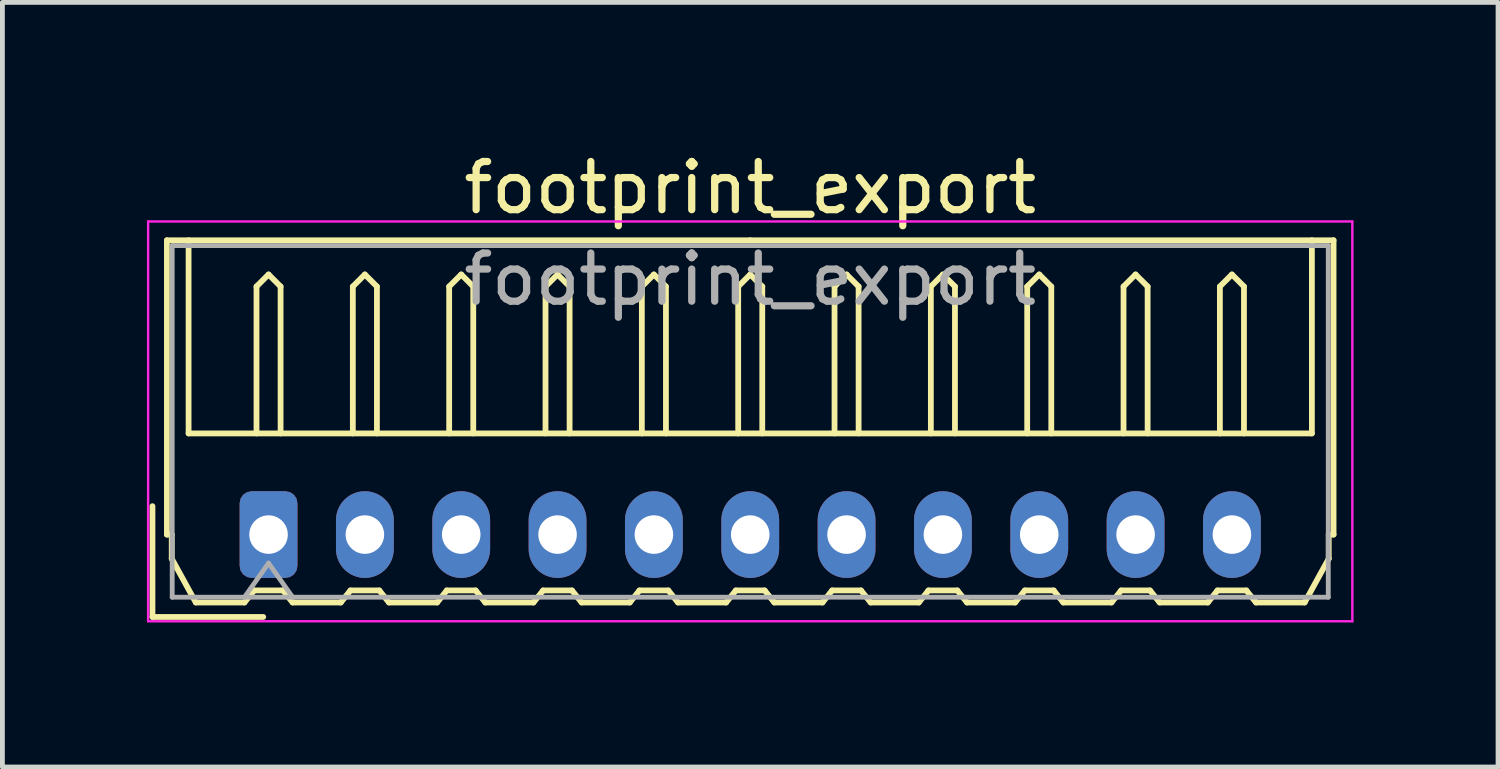
<source format=kicad_pcb>
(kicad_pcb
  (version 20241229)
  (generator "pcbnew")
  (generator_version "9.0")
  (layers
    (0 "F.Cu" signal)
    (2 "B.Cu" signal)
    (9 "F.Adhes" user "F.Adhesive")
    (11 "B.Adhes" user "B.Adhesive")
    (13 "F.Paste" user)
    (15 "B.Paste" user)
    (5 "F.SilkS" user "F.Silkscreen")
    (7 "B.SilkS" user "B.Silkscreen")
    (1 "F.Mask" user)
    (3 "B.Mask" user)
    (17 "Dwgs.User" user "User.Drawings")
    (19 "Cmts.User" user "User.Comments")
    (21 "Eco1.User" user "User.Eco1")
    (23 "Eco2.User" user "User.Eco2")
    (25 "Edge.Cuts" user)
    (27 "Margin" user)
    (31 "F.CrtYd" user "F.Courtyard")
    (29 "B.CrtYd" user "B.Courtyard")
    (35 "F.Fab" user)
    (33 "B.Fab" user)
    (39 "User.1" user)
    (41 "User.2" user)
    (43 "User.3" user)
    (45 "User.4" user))
  (footprint "footprint_export"
    (layer "F.Cu")
    (at 2.525 8.048)
    (property "Reference" "footprint_export" (at 10 -7.2 0) (layer "F.SilkS") (effects (font (size 1 1) (thickness 0.15))))
    (attr through_hole)
    (fp_line (start -2.41 1.71) (end -2.41 -0.59) (stroke (width 0.12) (type solid)) (layer "F.SilkS"))
    (fp_line (start -2.11 -6.11) (end 10 -6.11) (stroke (width 0.12) (type solid)) (layer "F.SilkS"))
    (fp_line (start -2.11 0) (end -2.11 -6.11) (stroke (width 0.12) (type solid)) (layer "F.SilkS"))
    (fp_line (start -2.01 0) (end -2.11 0) (stroke (width 0.12) (type solid)) (layer "F.SilkS"))
    (fp_line (start -2.01 0.5) (end -2.01 0) (stroke (width 0.12) (type solid)) (layer "F.SilkS"))
    (fp_line (start -1.66 -6.11) (end -1.66 -2.1) (stroke (width 0.12) (type solid)) (layer "F.SilkS"))
    (fp_line (start -1.66 -2.1) (end 21.66 -2.1) (stroke (width 0.12) (type solid)) (layer "F.SilkS"))
    (fp_line (start -1.51 1.41) (end -2.01 0.5) (stroke (width 0.12) (type solid)) (layer "F.SilkS"))
    (fp_line (start -0.5 1.41) (end -1.51 1.41) (stroke (width 0.12) (type solid)) (layer "F.SilkS"))
    (fp_line (start -0.3 1.16) (end -0.5 1.41) (stroke (width 0.12) (type solid)) (layer "F.SilkS"))
    (fp_line (start -0.3 1.16) (end 0.3 1.16) (stroke (width 0.12) (type solid)) (layer "F.SilkS"))
    (fp_line (start -0.25 -5.15) (end 0 -5.4) (stroke (width 0.12) (type solid)) (layer "F.SilkS"))
    (fp_line (start -0.25 -2.1) (end -0.25 -5.15) (stroke (width 0.12) (type solid)) (layer "F.SilkS"))
    (fp_line (start -0.11 1.71) (end -2.41 1.71) (stroke (width 0.12) (type solid)) (layer "F.SilkS"))
    (fp_line (start 0 -5.4) (end 0.25 -5.15) (stroke (width 0.12) (type solid)) (layer "F.SilkS"))
    (fp_line (start 0.25 -5.15) (end 0.25 -2.1) (stroke (width 0.12) (type solid)) (layer "F.SilkS"))
    (fp_line (start 0.3 1.16) (end 0.5 1.41) (stroke (width 0.12) (type solid)) (layer "F.SilkS"))
    (fp_line (start 0.5 1.41) (end 1.5 1.41) (stroke (width 0.12) (type solid)) (layer "F.SilkS"))
    (fp_line (start 1.5 1.41) (end 1.7 1.16) (stroke (width 0.12) (type solid)) (layer "F.SilkS"))
    (fp_line (start 1.7 1.16) (end 2.3 1.16) (stroke (width 0.12) (type solid)) (layer "F.SilkS"))
    (fp_line (start 1.75 -5.15) (end 2 -5.4) (stroke (width 0.12) (type solid)) (layer "F.SilkS"))
    (fp_line (start 1.75 -2.1) (end 1.75 -5.15) (stroke (width 0.12) (type solid)) (layer "F.SilkS"))
    (fp_line (start 2 -5.4) (end 2.25 -5.15) (stroke (width 0.12) (type solid)) (layer "F.SilkS"))
    (fp_line (start 2.25 -5.15) (end 2.25 -2.1) (stroke (width 0.12) (type solid)) (layer "F.SilkS"))
    (fp_line (start 2.3 1.16) (end 2.5 1.41) (stroke (width 0.12) (type solid)) (layer "F.SilkS"))
    (fp_line (start 2.5 1.41) (end 3.5 1.41) (stroke (width 0.12) (type solid)) (layer "F.SilkS"))
    (fp_line (start 3.5 1.41) (end 3.7 1.16) (stroke (width 0.12) (type solid)) (layer "F.SilkS"))
    (fp_line (start 3.7 1.16) (end 4.3 1.16) (stroke (width 0.12) (type solid)) (layer "F.SilkS"))
    (fp_line (start 3.75 -5.15) (end 4 -5.4) (stroke (width 0.12) (type solid)) (layer "F.SilkS"))
    (fp_line (start 3.75 -2.1) (end 3.75 -5.15) (stroke (width 0.12) (type solid)) (layer "F.SilkS"))
    (fp_line (start 4 -5.4) (end 4.25 -5.15) (stroke (width 0.12) (type solid)) (layer "F.SilkS"))
    (fp_line (start 4.25 -5.15) (end 4.25 -2.1) (stroke (width 0.12) (type solid)) (layer "F.SilkS"))
    (fp_line (start 4.3 1.16) (end 4.5 1.41) (stroke (width 0.12) (type solid)) (layer "F.SilkS"))
    (fp_line (start 4.5 1.41) (end 5.5 1.41) (stroke (width 0.12) (type solid)) (layer "F.SilkS"))
    (fp_line (start 5.5 1.41) (end 5.7 1.16) (stroke (width 0.12) (type solid)) (layer "F.SilkS"))
    (fp_line (start 5.7 1.16) (end 6.3 1.16) (stroke (width 0.12) (type solid)) (layer "F.SilkS"))
    (fp_line (start 5.75 -5.15) (end 6 -5.4) (stroke (width 0.12) (type solid)) (layer "F.SilkS"))
    (fp_line (start 5.75 -2.1) (end 5.75 -5.15) (stroke (width 0.12) (type solid)) (layer "F.SilkS"))
    (fp_line (start 6 -5.4) (end 6.25 -5.15) (stroke (width 0.12) (type solid)) (layer "F.SilkS"))
    (fp_line (start 6.25 -5.15) (end 6.25 -2.1) (stroke (width 0.12) (type solid)) (layer "F.SilkS"))
    (fp_line (start 6.3 1.16) (end 6.5 1.41) (stroke (width 0.12) (type solid)) (layer "F.SilkS"))
    (fp_line (start 6.5 1.41) (end 7.5 1.41) (stroke (width 0.12) (type solid)) (layer "F.SilkS"))
    (fp_line (start 7.5 1.41) (end 7.7 1.16) (stroke (width 0.12) (type solid)) (layer "F.SilkS"))
    (fp_line (start 7.7 1.16) (end 8.3 1.16) (stroke (width 0.12) (type solid)) (layer "F.SilkS"))
    (fp_line (start 7.75 -5.15) (end 8 -5.4) (stroke (width 0.12) (type solid)) (layer "F.SilkS"))
    (fp_line (start 7.75 -2.1) (end 7.75 -5.15) (stroke (width 0.12) (type solid)) (layer "F.SilkS"))
    (fp_line (start 8 -5.4) (end 8.25 -5.15) (stroke (width 0.12) (type solid)) (layer "F.SilkS"))
    (fp_line (start 8.25 -5.15) (end 8.25 -2.1) (stroke (width 0.12) (type solid)) (layer "F.SilkS"))
    (fp_line (start 8.3 1.16) (end 8.5 1.41) (stroke (width 0.12) (type solid)) (layer "F.SilkS"))
    (fp_line (start 8.5 1.41) (end 9.5 1.41) (stroke (width 0.12) (type solid)) (layer "F.SilkS"))
    (fp_line (start 9.5 1.41) (end 9.7 1.16) (stroke (width 0.12) (type solid)) (layer "F.SilkS"))
    (fp_line (start 9.7 1.16) (end 10.3 1.16) (stroke (width 0.12) (type solid)) (layer "F.SilkS"))
    (fp_line (start 9.75 -5.15) (end 10 -5.4) (stroke (width 0.12) (type solid)) (layer "F.SilkS"))
    (fp_line (start 9.75 -2.1) (end 9.75 -5.15) (stroke (width 0.12) (type solid)) (layer "F.SilkS"))
    (fp_line (start 10 -5.4) (end 10.25 -5.15) (stroke (width 0.12) (type solid)) (layer "F.SilkS"))
    (fp_line (start 10.25 -5.15) (end 10.25 -2.1) (stroke (width 0.12) (type solid)) (layer "F.SilkS"))
    (fp_line (start 10.3 1.16) (end 10.5 1.41) (stroke (width 0.12) (type solid)) (layer "F.SilkS"))
    (fp_line (start 10.5 1.41) (end 11.5 1.41) (stroke (width 0.12) (type solid)) (layer "F.SilkS"))
    (fp_line (start 11.5 1.41) (end 11.7 1.16) (stroke (width 0.12) (type solid)) (layer "F.SilkS"))
    (fp_line (start 11.7 1.16) (end 12.3 1.16) (stroke (width 0.12) (type solid)) (layer "F.SilkS"))
    (fp_line (start 11.75 -5.15) (end 12 -5.4) (stroke (width 0.12) (type solid)) (layer "F.SilkS"))
    (fp_line (start 11.75 -2.1) (end 11.75 -5.15) (stroke (width 0.12) (type solid)) (layer "F.SilkS"))
    (fp_line (start 12 -5.4) (end 12.25 -5.15) (stroke (width 0.12) (type solid)) (layer "F.SilkS"))
    (fp_line (start 12.25 -5.15) (end 12.25 -2.1) (stroke (width 0.12) (type solid)) (layer "F.SilkS"))
    (fp_line (start 12.3 1.16) (end 12.5 1.41) (stroke (width 0.12) (type solid)) (layer "F.SilkS"))
    (fp_line (start 12.5 1.41) (end 13.5 1.41) (stroke (width 0.12) (type solid)) (layer "F.SilkS"))
    (fp_line (start 13.5 1.41) (end 13.7 1.16) (stroke (width 0.12) (type solid)) (layer "F.SilkS"))
    (fp_line (start 13.7 1.16) (end 14.3 1.16) (stroke (width 0.12) (type solid)) (layer "F.SilkS"))
    (fp_line (start 13.75 -5.15) (end 14 -5.4) (stroke (width 0.12) (type solid)) (layer "F.SilkS"))
    (fp_line (start 13.75 -2.1) (end 13.75 -5.15) (stroke (width 0.12) (type solid)) (layer "F.SilkS"))
    (fp_line (start 14 -5.4) (end 14.25 -5.15) (stroke (width 0.12) (type solid)) (layer "F.SilkS"))
    (fp_line (start 14.25 -5.15) (end 14.25 -2.1) (stroke (width 0.12) (type solid)) (layer "F.SilkS"))
    (fp_line (start 14.3 1.16) (end 14.5 1.41) (stroke (width 0.12) (type solid)) (layer "F.SilkS"))
    (fp_line (start 14.5 1.41) (end 15.5 1.41) (stroke (width 0.12) (type solid)) (layer "F.SilkS"))
    (fp_line (start 15.5 1.41) (end 15.7 1.16) (stroke (width 0.12) (type solid)) (layer "F.SilkS"))
    (fp_line (start 15.7 1.16) (end 16.3 1.16) (stroke (width 0.12) (type solid)) (layer "F.SilkS"))
    (fp_line (start 15.75 -5.15) (end 16 -5.4) (stroke (width 0.12) (type solid)) (layer "F.SilkS"))
    (fp_line (start 15.75 -2.1) (end 15.75 -5.15) (stroke (width 0.12) (type solid)) (layer "F.SilkS"))
    (fp_line (start 16 -5.4) (end 16.25 -5.15) (stroke (width 0.12) (type solid)) (layer "F.SilkS"))
    (fp_line (start 16.25 -5.15) (end 16.25 -2.1) (stroke (width 0.12) (type solid)) (layer "F.SilkS"))
    (fp_line (start 16.3 1.16) (end 16.5 1.41) (stroke (width 0.12) (type solid)) (layer "F.SilkS"))
    (fp_line (start 16.5 1.41) (end 17.5 1.41) (stroke (width 0.12) (type solid)) (layer "F.SilkS"))
    (fp_line (start 17.5 1.41) (end 17.7 1.16) (stroke (width 0.12) (type solid)) (layer "F.SilkS"))
    (fp_line (start 17.7 1.16) (end 18.3 1.16) (stroke (width 0.12) (type solid)) (layer "F.SilkS"))
    (fp_line (start 17.75 -5.15) (end 18 -5.4) (stroke (width 0.12) (type solid)) (layer "F.SilkS"))
    (fp_line (start 17.75 -2.1) (end 17.75 -5.15) (stroke (width 0.12) (type solid)) (layer "F.SilkS"))
    (fp_line (start 18 -5.4) (end 18.25 -5.15) (stroke (width 0.12) (type solid)) (layer "F.SilkS"))
    (fp_line (start 18.25 -5.15) (end 18.25 -2.1) (stroke (width 0.12) (type solid)) (layer "F.SilkS"))
    (fp_line (start 18.3 1.16) (end 18.5 1.41) (stroke (width 0.12) (type solid)) (layer "F.SilkS"))
    (fp_line (start 18.5 1.41) (end 19.5 1.41) (stroke (width 0.12) (type solid)) (layer "F.SilkS"))
    (fp_line (start 19.5 1.41) (end 19.7 1.16) (stroke (width 0.12) (type solid)) (layer "F.SilkS"))
    (fp_line (start 19.7 1.16) (end 20.3 1.16) (stroke (width 0.12) (type solid)) (layer "F.SilkS"))
    (fp_line (start 19.75 -5.15) (end 20 -5.4) (stroke (width 0.12) (type solid)) (layer "F.SilkS"))
    (fp_line (start 19.75 -2.1) (end 19.75 -5.15) (stroke (width 0.12) (type solid)) (layer "F.SilkS"))
    (fp_line (start 20 -5.4) (end 20.25 -5.15) (stroke (width 0.12) (type solid)) (layer "F.SilkS"))
    (fp_line (start 20.25 -5.15) (end 20.25 -2.1) (stroke (width 0.12) (type solid)) (layer "F.SilkS"))
    (fp_line (start 20.3 1.16) (end 20.5 1.41) (stroke (width 0.12) (type solid)) (layer "F.SilkS"))
    (fp_line (start 20.5 1.41) (end 21.51 1.41) (stroke (width 0.12) (type solid)) (layer "F.SilkS"))
    (fp_line (start 21.51 1.41) (end 22.01 0.5) (stroke (width 0.12) (type solid)) (layer "F.SilkS"))
    (fp_line (start 21.66 -2.1) (end 21.66 -6.11) (stroke (width 0.12) (type solid)) (layer "F.SilkS"))
    (fp_line (start 22.01 0) (end 22.11 0) (stroke (width 0.12) (type solid)) (layer "F.SilkS"))
    (fp_line (start 22.01 0.5) (end 22.01 0) (stroke (width 0.12) (type solid)) (layer "F.SilkS"))
    (fp_line (start 22.11 -6.11) (end 10 -6.11) (stroke (width 0.12) (type solid)) (layer "F.SilkS"))
    (fp_line (start 22.11 0) (end 22.11 -6.11) (stroke (width 0.12) (type solid)) (layer "F.SilkS"))
    (fp_line (start -2.5 -6.5) (end -2.5 1.8) (stroke (width 0.05) (type solid)) (layer "F.CrtYd"))
    (fp_line (start -2.5 1.8) (end 22.5 1.8) (stroke (width 0.05) (type solid)) (layer "F.CrtYd"))
    (fp_line (start 22.5 -6.5) (end -2.5 -6.5) (stroke (width 0.05) (type solid)) (layer "F.CrtYd"))
    (fp_line (start 22.5 1.8) (end 22.5 -6.5) (stroke (width 0.05) (type solid)) (layer "F.CrtYd"))
    (fp_line (start -2 -6) (end -2 1.3) (stroke (width 0.1) (type solid)) (layer "F.Fab"))
    (fp_line (start -2 1.3) (end 22 1.3) (stroke (width 0.1) (type solid)) (layer "F.Fab"))
    (fp_line (start -0.5 1.3) (end 0 0.593) (stroke (width 0.1) (type solid)) (layer "F.Fab"))
    (fp_line (start 0 0.593) (end 0.5 1.3) (stroke (width 0.1) (type solid)) (layer "F.Fab"))
    (fp_line (start 22 -6) (end -2 -6) (stroke (width 0.1) (type solid)) (layer "F.Fab"))
    (fp_line (start 22 1.3) (end 22 -6) (stroke (width 0.1) (type solid)) (layer "F.Fab"))
    (fp_text user "${REFERENCE}" (at 10 -5.3 0) (layer "F.Fab") (effects (font (size 1 1) (thickness 0.15))))
    (pad "1" thru_hole roundrect (at 0 0) (size 1.2 1.8) (drill 0.8) (layers "*.Cu" "*.Mask") (roundrect_rratio 0.208))
    (pad "2" thru_hole oval (at 2 0) (size 1.2 1.8) (drill 0.8) (layers "*.Cu" "*.Mask"))
    (pad "3" thru_hole oval (at 4 0) (size 1.2 1.8) (drill 0.8) (layers "*.Cu" "*.Mask"))
    (pad "4" thru_hole oval (at 6 0) (size 1.2 1.8) (drill 0.8) (layers "*.Cu" "*.Mask"))
    (pad "5" thru_hole oval (at 8 0) (size 1.2 1.8) (drill 0.8) (layers "*.Cu" "*.Mask"))
    (pad "6" thru_hole oval (at 10 0) (size 1.2 1.8) (drill 0.8) (layers "*.Cu" "*.Mask"))
    (pad "7" thru_hole oval (at 12 0) (size 1.2 1.8) (drill 0.8) (layers "*.Cu" "*.Mask"))
    (pad "8" thru_hole oval (at 14 0) (size 1.2 1.8) (drill 0.8) (layers "*.Cu" "*.Mask"))
    (pad "9" thru_hole oval (at 16 0) (size 1.2 1.8) (drill 0.8) (layers "*.Cu" "*.Mask"))
    (pad "10" thru_hole oval (at 18 0) (size 1.2 1.8) (drill 0.8) (layers "*.Cu" "*.Mask"))
    (pad "11" thru_hole oval (at 20 0) (size 1.2 1.8) (drill 0.8) (layers "*.Cu" "*.Mask")))
  (gr_rect
    (start -3 -3)
    (end 28.05 12.873)
    (stroke (width 0.1) (type default))
    (fill no)
    (layer "Edge.Cuts")))
</source>
